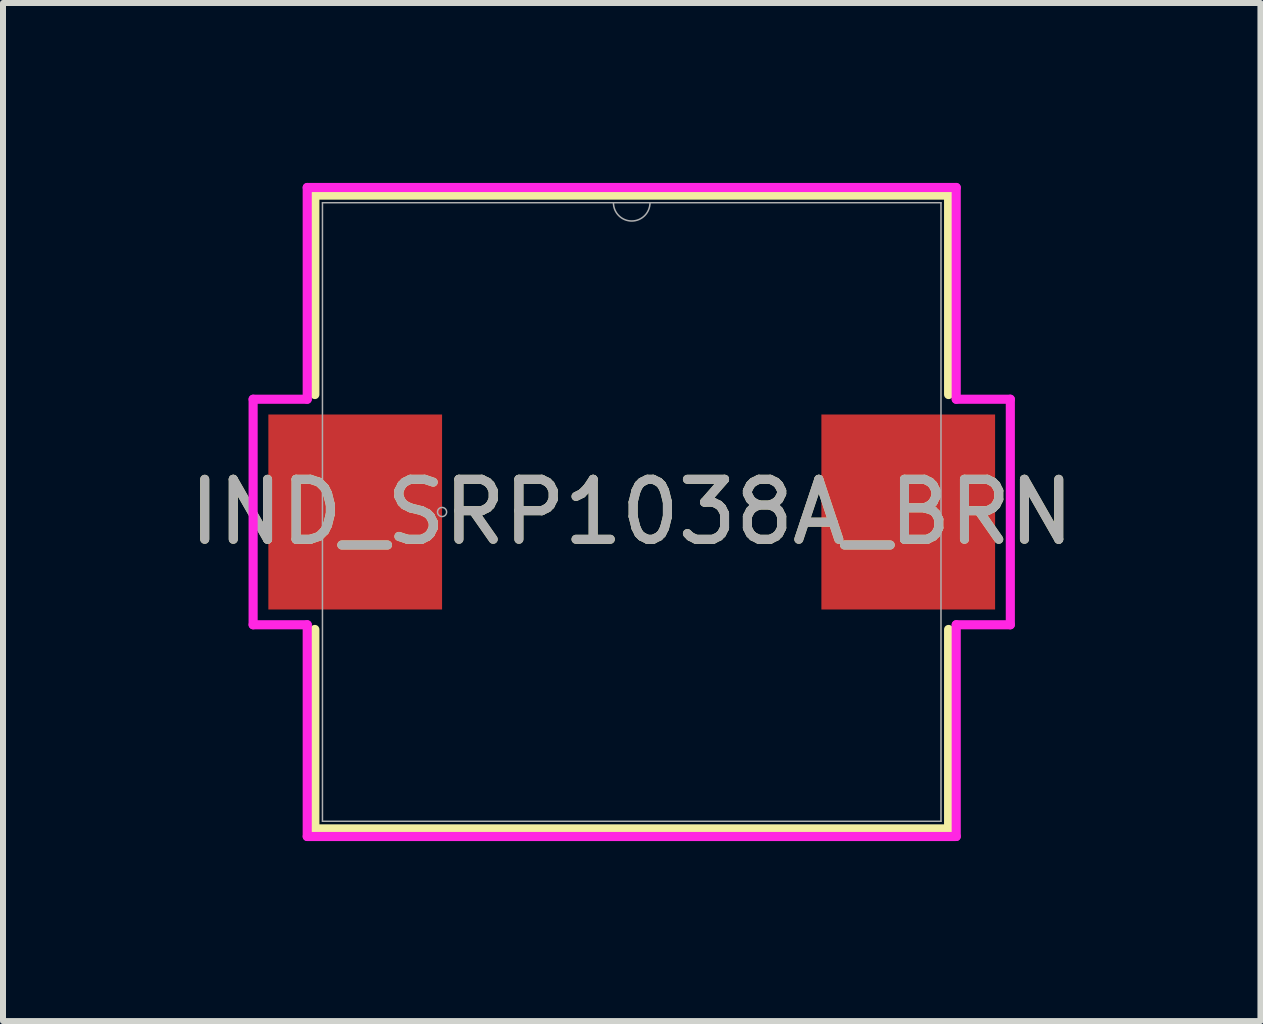
<source format=kicad_pcb>
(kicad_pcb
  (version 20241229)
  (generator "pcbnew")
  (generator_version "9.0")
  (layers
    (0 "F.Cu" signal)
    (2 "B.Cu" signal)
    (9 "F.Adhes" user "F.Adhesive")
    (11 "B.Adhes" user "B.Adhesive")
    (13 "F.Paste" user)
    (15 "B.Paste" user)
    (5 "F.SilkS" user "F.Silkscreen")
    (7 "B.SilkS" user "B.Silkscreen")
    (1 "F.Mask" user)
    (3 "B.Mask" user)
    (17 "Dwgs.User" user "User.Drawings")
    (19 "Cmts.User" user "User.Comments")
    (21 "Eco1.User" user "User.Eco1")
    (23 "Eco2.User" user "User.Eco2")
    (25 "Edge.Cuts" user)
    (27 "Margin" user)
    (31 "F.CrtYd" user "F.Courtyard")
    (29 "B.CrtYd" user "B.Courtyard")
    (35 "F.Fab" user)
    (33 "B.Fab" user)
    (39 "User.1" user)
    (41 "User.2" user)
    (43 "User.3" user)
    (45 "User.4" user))
  (footprint "IND_SRP1038A_BRN"
    (layer "F.Cu")
    (at 7.482 5.486)
    (property "Reference" "IND_SRP1038A_BRN" (at 0 0 0) (unlocked yes) (layer "F.SilkS") (effects (font (size 1 1) (thickness 0.15))))
    (attr smd)
    (fp_line (start -5.283 -5.283) (end -5.283 -1.958) (stroke (width 0.152) (type solid)) (layer "F.SilkS"))
    (fp_line (start -5.283 1.958) (end -5.283 5.283) (stroke (width 0.152) (type solid)) (layer "F.SilkS"))
    (fp_line (start -5.283 5.283) (end 5.283 5.283) (stroke (width 0.152) (type solid)) (layer "F.SilkS"))
    (fp_line (start 5.283 -5.283) (end -5.283 -5.283) (stroke (width 0.152) (type solid)) (layer "F.SilkS"))
    (fp_line (start 5.283 -1.958) (end 5.283 -5.283) (stroke (width 0.152) (type solid)) (layer "F.SilkS"))
    (fp_line (start 5.283 5.283) (end 5.283 1.958) (stroke (width 0.152) (type solid)) (layer "F.SilkS"))
    (fp_line (start -6.312 -1.88) (end -5.41 -1.88) (stroke (width 0.152) (type solid)) (layer "F.CrtYd"))
    (fp_line (start -6.312 1.88) (end -6.312 -1.88) (stroke (width 0.152) (type solid)) (layer "F.CrtYd"))
    (fp_line (start -6.312 1.88) (end -5.41 1.88) (stroke (width 0.152) (type solid)) (layer "F.CrtYd"))
    (fp_line (start -5.41 -5.41) (end 5.41 -5.41) (stroke (width 0.152) (type solid)) (layer "F.CrtYd"))
    (fp_line (start -5.41 -1.88) (end -5.41 -5.41) (stroke (width 0.152) (type solid)) (layer "F.CrtYd"))
    (fp_line (start -5.41 5.41) (end -5.41 1.88) (stroke (width 0.152) (type solid)) (layer "F.CrtYd"))
    (fp_line (start 5.41 -5.41) (end 5.41 -1.88) (stroke (width 0.152) (type solid)) (layer "F.CrtYd"))
    (fp_line (start 5.41 1.88) (end 5.41 5.41) (stroke (width 0.152) (type solid)) (layer "F.CrtYd"))
    (fp_line (start 5.41 5.41) (end -5.41 5.41) (stroke (width 0.152) (type solid)) (layer "F.CrtYd"))
    (fp_line (start 6.312 -1.88) (end 5.41 -1.88) (stroke (width 0.152) (type solid)) (layer "F.CrtYd"))
    (fp_line (start 6.312 -1.88) (end 6.312 1.88) (stroke (width 0.152) (type solid)) (layer "F.CrtYd"))
    (fp_line (start 6.312 1.88) (end 5.41 1.88) (stroke (width 0.152) (type solid)) (layer "F.CrtYd"))
    (fp_line (start -5.156 -5.156) (end -5.156 5.156) (stroke (width 0.025) (type solid)) (layer "F.Fab"))
    (fp_line (start -5.156 5.156) (end 5.156 5.156) (stroke (width 0.025) (type solid)) (layer "F.Fab"))
    (fp_line (start 5.156 -5.156) (end -5.156 -5.156) (stroke (width 0.025) (type solid)) (layer "F.Fab"))
    (fp_line (start 5.156 5.156) (end 5.156 -5.156) (stroke (width 0.025) (type solid)) (layer "F.Fab"))
    (fp_arc (start 0.3048 -5.1562) (mid 0 -4.8514) (end -0.3048 -5.1562) (stroke (width 0.0254) (type solid)) (layer "F.Fab"))
    (fp_circle (center -3.162 0) (end -3.086 0) (stroke (width 0.025) (type solid)) (fill no) (layer "F.Fab"))
    (fp_text user "${REFERENCE}" (at 0 0 0) (unlocked yes) (layer "F.Fab") (effects (font (size 1 1) (thickness 0.15))))
    (pad "1" smd rect (at -4.61 0) (size 2.896 3.251) (layers "F.Cu" "F.Mask" "F.Paste"))
    (pad "2" smd rect (at 4.61 0) (size 2.896 3.251) (layers "F.Cu" "F.Mask" "F.Paste")))
  (gr_rect
    (start -3 -3)
    (end 17.964 13.973)
    (stroke (width 0.1) (type default))
    (fill no)
    (layer "Edge.Cuts")))
</source>
